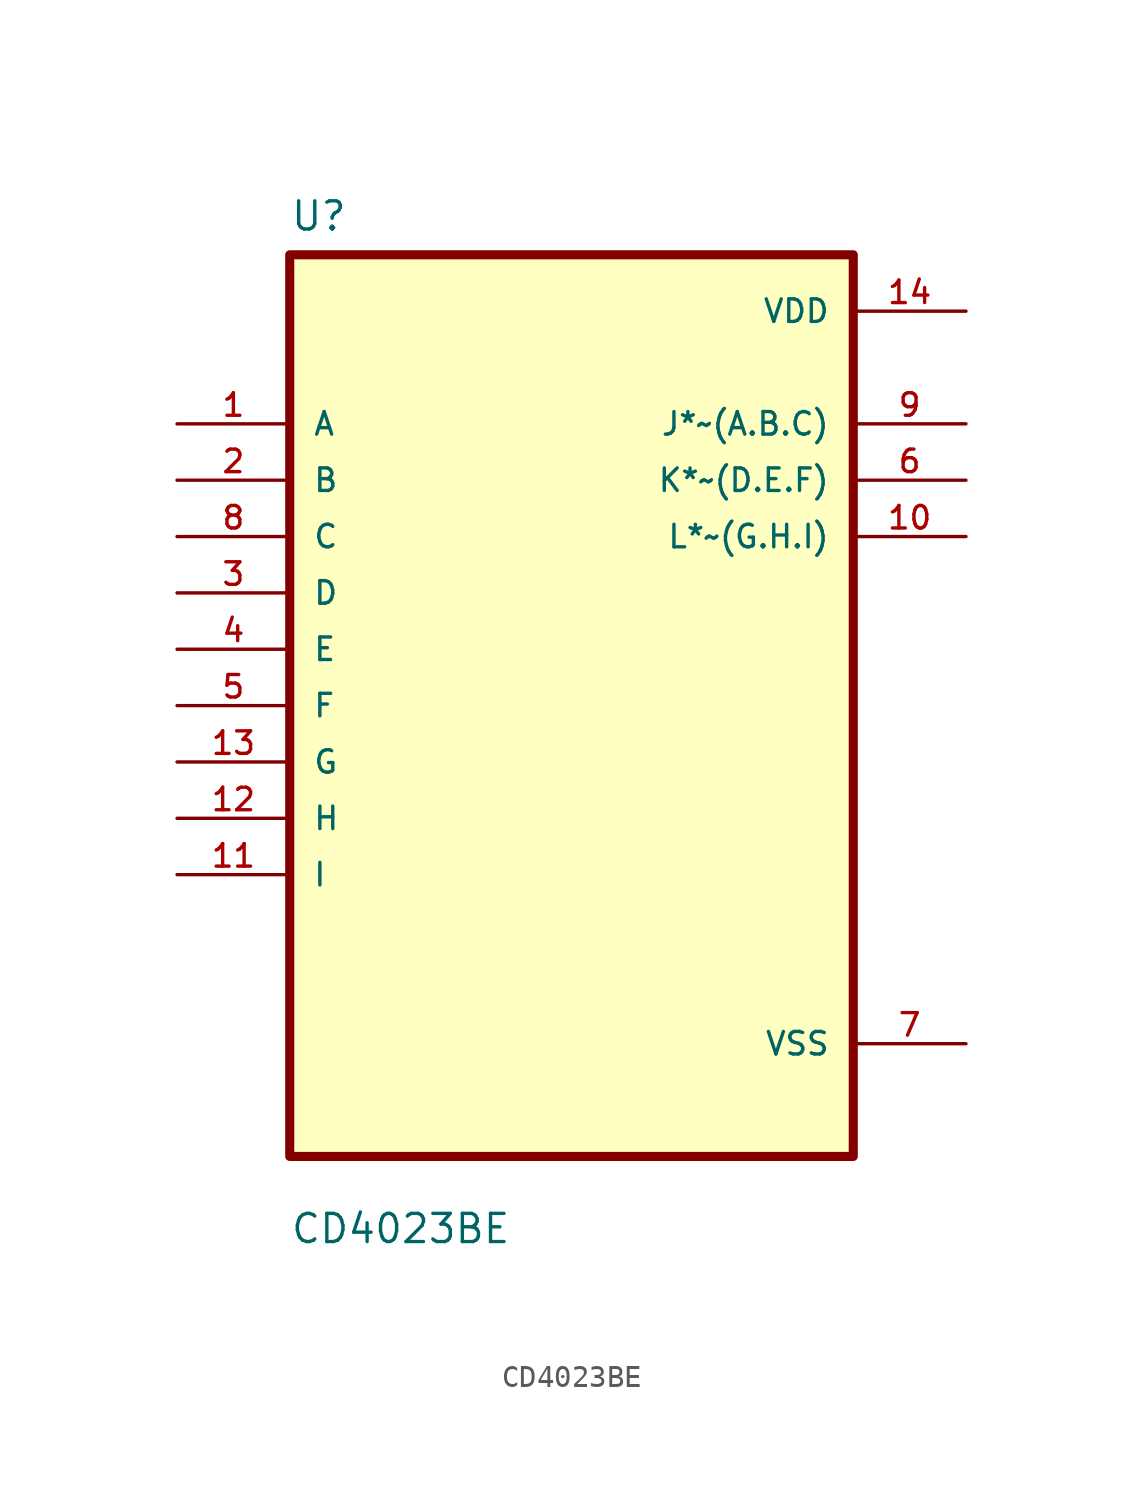
<source format=kicad_sym>
(kicad_symbol_lib
  (version 20211014)
  (generator kicad_symbol_editor)
  (symbol "CD4023BE"
    (pin_names
      (offset 1.016))
    (property "Reference" "U"
      (at -12.7 21.32 0.0)
      (effects (font (size 1.27 1.27)) (justify bottom left)))
    (property "Value" "CD4023BE"
      (at -12.7 -24.32 0.0)
      (effects (font (size 1.27 1.27)) (justify bottom left)))
    (symbol "CD4023BE_0_0"
      (rectangle (start -12.7 -20.32) (end 12.7 20.32) (stroke (width 0.41)) (fill (type background)))
      (pin input line (at -17.78 12.7 0) (length 5.08) (name "A" (effects (font (size 1.016 1.016)))) (number "1" (effects (font (size 1.016 1.016)))))
      (pin input line (at -17.78 10.16 0) (length 5.08) (name "B" (effects (font (size 1.016 1.016)))) (number "2" (effects (font (size 1.016 1.016)))))
      (pin input line (at -17.78 7.62 0) (length 5.08) (name "C" (effects (font (size 1.016 1.016)))) (number "8" (effects (font (size 1.016 1.016)))))
      (pin input line (at -17.78 5.08 0) (length 5.08) (name "D" (effects (font (size 1.016 1.016)))) (number "3" (effects (font (size 1.016 1.016)))))
      (pin input line (at -17.78 2.54 0) (length 5.08) (name "E" (effects (font (size 1.016 1.016)))) (number "4" (effects (font (size 1.016 1.016)))))
      (pin input line (at -17.78 0.0 0) (length 5.08) (name "F" (effects (font (size 1.016 1.016)))) (number "5" (effects (font (size 1.016 1.016)))))
      (pin input line (at -17.78 -2.54 0) (length 5.08) (name "G" (effects (font (size 1.016 1.016)))) (number "13" (effects (font (size 1.016 1.016)))))
      (pin input line (at -17.78 -5.08 0) (length 5.08) (name "H" (effects (font (size 1.016 1.016)))) (number "12" (effects (font (size 1.016 1.016)))))
      (pin input line (at -17.78 -7.62 0) (length 5.08) (name "I" (effects (font (size 1.016 1.016)))) (number "11" (effects (font (size 1.016 1.016)))))
      (pin power_in line (at 17.78 17.78 180.0) (length 5.08) (name "VDD" (effects (font (size 1.016 1.016)))) (number "14" (effects (font (size 1.016 1.016)))))
      (pin output line (at 17.78 12.7 180.0) (length 5.08) (name "J*~(A.B.C)" (effects (font (size 1.016 1.016)))) (number "9" (effects (font (size 1.016 1.016)))))
      (pin output line (at 17.78 10.16 180.0) (length 5.08) (name "K*~(D.E.F)" (effects (font (size 1.016 1.016)))) (number "6" (effects (font (size 1.016 1.016)))))
      (pin output line (at 17.78 7.62 180.0) (length 5.08) (name "L*~(G.H.I)" (effects (font (size 1.016 1.016)))) (number "10" (effects (font (size 1.016 1.016)))))
      (pin power_in line (at 17.78 -15.24 180.0) (length 5.08) (name "VSS" (effects (font (size 1.016 1.016)))) (number "7" (effects (font (size 1.016 1.016))))))))
</source>
